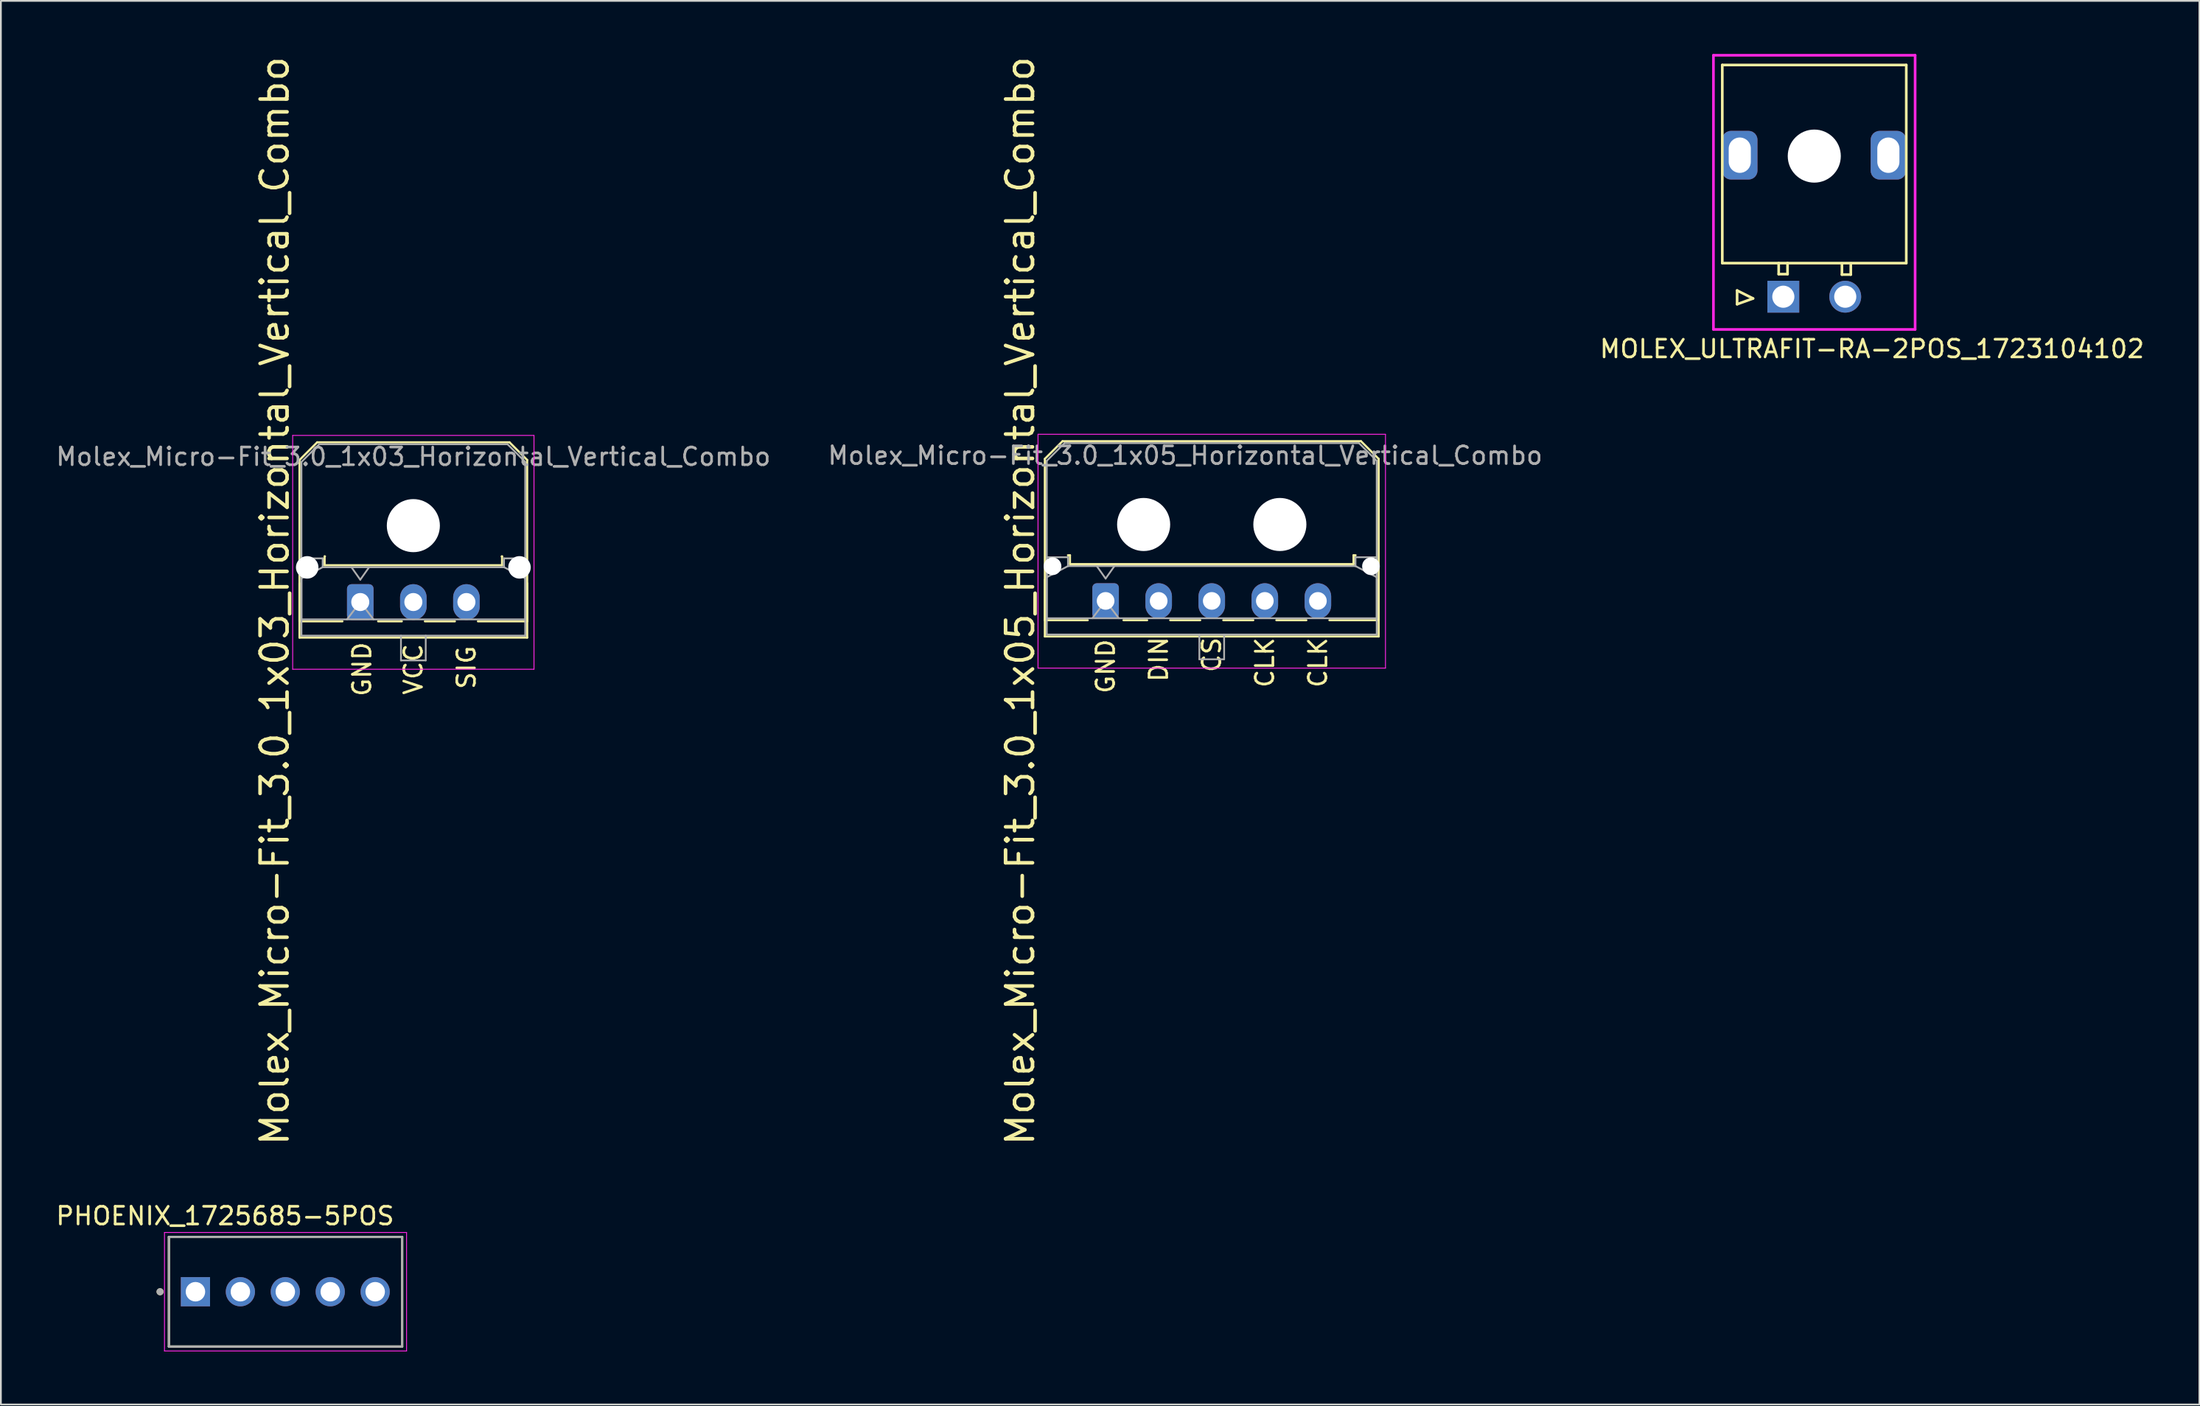
<source format=kicad_pcb>
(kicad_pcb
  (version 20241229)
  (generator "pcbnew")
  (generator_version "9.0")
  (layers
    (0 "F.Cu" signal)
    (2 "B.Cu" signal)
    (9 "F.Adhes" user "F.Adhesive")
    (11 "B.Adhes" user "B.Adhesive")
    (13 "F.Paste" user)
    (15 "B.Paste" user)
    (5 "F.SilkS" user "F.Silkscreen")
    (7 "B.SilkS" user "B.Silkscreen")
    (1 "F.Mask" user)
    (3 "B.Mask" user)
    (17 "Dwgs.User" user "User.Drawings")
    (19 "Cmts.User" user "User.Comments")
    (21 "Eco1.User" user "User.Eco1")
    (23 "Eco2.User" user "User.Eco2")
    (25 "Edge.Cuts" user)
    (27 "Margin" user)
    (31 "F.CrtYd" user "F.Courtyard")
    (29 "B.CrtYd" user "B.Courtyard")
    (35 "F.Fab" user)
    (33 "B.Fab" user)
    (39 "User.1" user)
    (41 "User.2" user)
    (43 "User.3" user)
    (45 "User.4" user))
  (footprint "PHOENIX_1725685-5POS"
    (layer "F.Cu")
    (at 7.998 69.979)
    (property "Reference" "PHOENIX_1725685-5POS" (at 1.675 -4.285 0) (layer "F.SilkS") (effects (font (size 1 1) (thickness 0.15))))
    (attr through_hole)
    (fp_line (start -1.5 -3.1) (end -1.5 3.1) (stroke (width 0.127) (type solid)) (layer "F.SilkS"))
    (fp_line (start -1.5 3.1) (end 11.684 3.1) (stroke (width 0.127) (type solid)) (layer "F.SilkS"))
    (fp_line (start 11.684 -3.1) (end -1.5 -3.1) (stroke (width 0.127) (type solid)) (layer "F.SilkS"))
    (fp_line (start 11.684 3.1) (end 11.684 -3.1) (stroke (width 0.127) (type solid)) (layer "F.SilkS"))
    (fp_circle (center -2 0) (end -1.9 0) (stroke (width 0.2) (type solid)) (fill no) (layer "F.SilkS"))
    (fp_line (start -1.75 -3.35) (end -1.75 3.35) (stroke (width 0.05) (type solid)) (layer "F.CrtYd"))
    (fp_line (start -1.75 3.35) (end 11.934 3.35) (stroke (width 0.05) (type solid)) (layer "F.CrtYd"))
    (fp_line (start 11.934 -3.35) (end -1.75 -3.35) (stroke (width 0.05) (type solid)) (layer "F.CrtYd"))
    (fp_line (start 11.934 3.35) (end 11.934 -3.35) (stroke (width 0.05) (type solid)) (layer "F.CrtYd"))
    (fp_line (start -1.5 -3.1) (end -1.5 3.1) (stroke (width 0.127) (type solid)) (layer "F.Fab"))
    (fp_line (start -1.5 3.1) (end 11.684 3.1) (stroke (width 0.127) (type solid)) (layer "F.Fab"))
    (fp_line (start 11.684 -3.1) (end -1.5 -3.1) (stroke (width 0.127) (type solid)) (layer "F.Fab"))
    (fp_line (start 11.684 3.1) (end 11.684 -3.1) (stroke (width 0.127) (type solid)) (layer "F.Fab"))
    (fp_circle (center -2 0) (end -1.9 0) (stroke (width 0.2) (type solid)) (fill no) (layer "F.Fab"))
    (pad "1" thru_hole rect (at 0 0) (size 1.65 1.65) (drill 1.1) (layers "*.Cu" "*.Mask"))
    (pad "2" thru_hole circle (at 2.54 0) (size 1.65 1.65) (drill 1.1) (layers "*.Cu" "*.Mask"))
    (pad "3" thru_hole circle (at 5.08 0) (size 1.65 1.65) (drill 1.1) (layers "*.Cu" "*.Mask"))
    (pad "4" thru_hole circle (at 7.62 0) (size 1.65 1.65) (drill 1.1) (layers "*.Cu" "*.Mask"))
    (pad "5" thru_hole circle (at 10.16 0) (size 1.65 1.65) (drill 1.1) (layers "*.Cu" "*.Mask")))
  (footprint "Molex_Micro-Fit_3.0_1x05_Horizontal_Vertical_Combo"
    (layer "F.Cu")
    (at 59.446 30.923)
    (property "Reference" "Molex_Micro-Fit_3.0_1x05_Horizontal_Vertical_Combo" (at -4.826 0 90) (layer "F.SilkS") (effects (font (size 1.524 1.524) (thickness 0.203))))
    (attr through_hole)
    (fp_line (start -3.435 -8.03) (end -2.435 -9.03) (stroke (width 0.12) (type solid)) (layer "F.SilkS"))
    (fp_line (start -3.435 -1.2) (end -3.435 2.01) (stroke (width 0.12) (type solid)) (layer "F.SilkS"))
    (fp_line (start -3.435 1.09) (end -3.435 -8.03) (stroke (width 0.12) (type solid)) (layer "F.SilkS"))
    (fp_line (start -3.435 1.09) (end -1.01 1.09) (stroke (width 0.12) (type solid)) (layer "F.SilkS"))
    (fp_line (start -3.435 2.01) (end 15.435 2.01) (stroke (width 0.12) (type solid)) (layer "F.SilkS"))
    (fp_line (start -2.435 -9.03) (end 14.435 -9.03) (stroke (width 0.12) (type solid)) (layer "F.SilkS"))
    (fp_line (start -2.13 -2.58) (end -2.015 -2.58) (stroke (width 0.12) (type solid)) (layer "F.SilkS"))
    (fp_line (start -2.015 -2.58) (end -2.015 -2.08) (stroke (width 0.12) (type solid)) (layer "F.SilkS"))
    (fp_line (start -2.015 -2.08) (end 14.015 -2.08) (stroke (width 0.12) (type solid)) (layer "F.SilkS"))
    (fp_line (start 1.01 1.09) (end 2.348 1.09) (stroke (width 0.12) (type solid)) (layer "F.SilkS"))
    (fp_line (start 3.652 1.09) (end 5.348 1.09) (stroke (width 0.12) (type solid)) (layer "F.SilkS"))
    (fp_line (start 6.652 1.09) (end 8.348 1.09) (stroke (width 0.12) (type solid)) (layer "F.SilkS"))
    (fp_line (start 9.652 1.09) (end 11.348 1.09) (stroke (width 0.12) (type solid)) (layer "F.SilkS"))
    (fp_line (start 14.015 -2.58) (end 14.13 -2.58) (stroke (width 0.12) (type solid)) (layer "F.SilkS"))
    (fp_line (start 14.015 -2.08) (end 14.015 -2.58) (stroke (width 0.12) (type solid)) (layer "F.SilkS"))
    (fp_line (start 14.435 -9.03) (end 15.435 -8.03) (stroke (width 0.12) (type solid)) (layer "F.SilkS"))
    (fp_line (start 15.435 -8.03) (end 15.435 1.09) (stroke (width 0.12) (type solid)) (layer "F.SilkS"))
    (fp_line (start 15.435 1.09) (end 12.652 1.09) (stroke (width 0.12) (type solid)) (layer "F.SilkS"))
    (fp_line (start 15.435 2.01) (end 15.435 -1.2) (stroke (width 0.12) (type solid)) (layer "F.SilkS"))
    (fp_line (start -3.82 -9.42) (end -3.82 3.8) (stroke (width 0.05) (type default)) (layer "F.CrtYd"))
    (fp_line (start -3.82 -9.42) (end 15.82 -9.42) (stroke (width 0.05) (type solid)) (layer "F.CrtYd"))
    (fp_line (start 15.82 -9.42) (end 15.82 3.8) (stroke (width 0.05) (type default)) (layer "F.CrtYd"))
    (fp_line (start 15.82 3.8) (end -3.82 3.8) (stroke (width 0.05) (type solid)) (layer "F.CrtYd"))
    (fp_line (start -3.325 -7.92) (end -2.325 -8.92) (stroke (width 0.1) (type solid)) (layer "F.Fab"))
    (fp_line (start -3.325 -2.47) (end -3.325 1.9) (stroke (width 0.1) (type solid)) (layer "F.Fab"))
    (fp_line (start -3.325 -1.34) (end -2.125 -1.97) (stroke (width 0.1) (type solid)) (layer "F.Fab"))
    (fp_line (start -3.325 0.98) (end -3.325 -7.92) (stroke (width 0.1) (type solid)) (layer "F.Fab"))
    (fp_line (start -3.325 1.9) (end 15.325 1.9) (stroke (width 0.1) (type solid)) (layer "F.Fab"))
    (fp_line (start -2.325 -8.92) (end 14.325 -8.92) (stroke (width 0.1) (type solid)) (layer "F.Fab"))
    (fp_line (start -2.125 -2.47) (end -3.325 -2.47) (stroke (width 0.1) (type solid)) (layer "F.Fab"))
    (fp_line (start -2.125 -1.97) (end -2.125 -2.47) (stroke (width 0.1) (type solid)) (layer "F.Fab"))
    (fp_line (start -0.75 0.98) (end 0 0) (stroke (width 0.1) (type solid)) (layer "F.Fab"))
    (fp_line (start -0.5 -1.97) (end 0 -1.263) (stroke (width 0.1) (type solid)) (layer "F.Fab"))
    (fp_line (start 0 -1.263) (end 0.5 -1.97) (stroke (width 0.1) (type solid)) (layer "F.Fab"))
    (fp_line (start 0 0) (end 0.75 0.98) (stroke (width 0.1) (type solid)) (layer "F.Fab"))
    (fp_line (start 5.3 1.9) (end 5.3 3.3) (stroke (width 0.1) (type solid)) (layer "F.Fab"))
    (fp_line (start 5.3 3.3) (end 6.7 3.3) (stroke (width 0.1) (type solid)) (layer "F.Fab"))
    (fp_line (start 6.7 3.3) (end 6.7 1.9) (stroke (width 0.1) (type solid)) (layer "F.Fab"))
    (fp_line (start 14.125 -2.47) (end 14.125 -1.97) (stroke (width 0.1) (type solid)) (layer "F.Fab"))
    (fp_line (start 14.125 -1.97) (end -2.125 -1.97) (stroke (width 0.1) (type solid)) (layer "F.Fab"))
    (fp_line (start 14.325 -8.92) (end 15.325 -7.92) (stroke (width 0.1) (type solid)) (layer "F.Fab"))
    (fp_line (start 15.325 -7.92) (end 15.325 0.98) (stroke (width 0.1) (type solid)) (layer "F.Fab"))
    (fp_line (start 15.325 -2.47) (end 14.125 -2.47) (stroke (width 0.1) (type solid)) (layer "F.Fab"))
    (fp_line (start 15.325 -1.34) (end 14.125 -1.97) (stroke (width 0.1) (type solid)) (layer "F.Fab"))
    (fp_line (start 15.325 0.98) (end -3.325 0.98) (stroke (width 0.1) (type solid)) (layer "F.Fab"))
    (fp_line (start 15.325 1.9) (end 15.325 -2.47) (stroke (width 0.1) (type solid)) (layer "F.Fab"))
    (fp_text user "CLK" (at 9 3.487 90) (layer "F.SilkS") (effects (font (size 1 1) (thickness 0.15))))
    (fp_text user "CLK" (at 12 3.487 90) (layer "F.SilkS") (effects (font (size 1 1) (thickness 0.15))))
    (fp_text user "CS" (at 6 3.048 90) (layer "F.SilkS") (effects (font (size 1 1) (thickness 0.15))))
    (fp_text user "GND" (at 0 3.7 90) (layer "F.SilkS") (effects (font (size 1 1) (thickness 0.15))))
    (fp_text user "DIN" (at 3 3.302 90) (layer "F.SilkS") (effects (font (size 1 1) (thickness 0.15))))
    (fp_text user "${REFERENCE}" (at 4.5 -8.22 0) (layer "F.Fab") (effects (font (size 1 1) (thickness 0.15))))
    (pad "" np_thru_hole circle (at -3 -1.96) (size 1 1) (drill 1) (layers "*.Cu" "*.Mask"))
    (pad "" np_thru_hole circle (at 2.15 -4.32) (size 3 3) (drill 3) (layers "*.Cu" "*.Mask"))
    (pad "" np_thru_hole circle (at 9.85 -4.32) (size 3 3) (drill 3) (layers "*.Cu" "*.Mask"))
    (pad "" np_thru_hole circle (at 15 -1.96) (size 1 1) (drill 1) (layers "*.Cu" "*.Mask"))
    (pad "1" thru_hole roundrect (at 0 0) (size 1.5 2) (drill 1) (layers "*.Cu" "*.Mask") (roundrect_rratio 0.167))
    (pad "2" thru_hole oval (at 3 0) (size 1.5 2) (drill 1) (layers "*.Cu" "*.Mask"))
    (pad "3" thru_hole oval (at 6 0) (size 1.5 2) (drill 1) (layers "*.Cu" "*.Mask"))
    (pad "4" thru_hole oval (at 9 0) (size 1.5 2) (drill 1) (layers "*.Cu" "*.Mask"))
    (pad "5" thru_hole oval (at 12 0) (size 1.5 2) (drill 1) (layers "*.Cu" "*.Mask")))
  (footprint "MOLEX_ULTRAFIT-RA-2POS_1723104102"
    (layer "F.Cu")
    (at 99.293 18.374)
    (property "Reference" "MOLEX_ULTRAFIT-RA-2POS_1723104102" (at 3.475 -1.7 0) (layer "F.SilkS") (effects (font (size 1 1) (thickness 0.15))))
    (attr through_hole)
    (fp_line (start -4.988 -17.749) (end 5.412 -17.749) (stroke (width 0.15) (type solid)) (layer "F.SilkS"))
    (fp_line (start -4.988 -6.549) (end -4.988 -17.749) (stroke (width 0.15) (type solid)) (layer "F.SilkS"))
    (fp_line (start -4.15 -5) (end -4.15 -4.225) (stroke (width 0.15) (type solid)) (layer "F.SilkS"))
    (fp_line (start -4.15 -4.225) (end -3.25 -4.55) (stroke (width 0.15) (type solid)) (layer "F.SilkS"))
    (fp_line (start -3.25 -4.55) (end -4.15 -5) (stroke (width 0.15) (type solid)) (layer "F.SilkS"))
    (fp_line (start -1.8 -6.55) (end -1.8 -5.925) (stroke (width 0.15) (type solid)) (layer "F.SilkS"))
    (fp_line (start -1.8 -5.925) (end -1.3 -5.925) (stroke (width 0.15) (type solid)) (layer "F.SilkS"))
    (fp_line (start -1.3 -5.925) (end -1.3 -6.55) (stroke (width 0.15) (type solid)) (layer "F.SilkS"))
    (fp_line (start 1.775 -6.525) (end 1.775 -5.9) (stroke (width 0.15) (type solid)) (layer "F.SilkS"))
    (fp_line (start 1.775 -5.9) (end 2.275 -5.9) (stroke (width 0.15) (type solid)) (layer "F.SilkS"))
    (fp_line (start 2.275 -5.9) (end 2.275 -6.525) (stroke (width 0.15) (type solid)) (layer "F.SilkS"))
    (fp_line (start 5.412 -17.749) (end 5.412 -6.549) (stroke (width 0.15) (type solid)) (layer "F.SilkS"))
    (fp_line (start 5.412 -6.549) (end -4.988 -6.549) (stroke (width 0.15) (type solid)) (layer "F.SilkS"))
    (fp_line (start -5.488 -18.299) (end -5.488 -2.799) (stroke (width 0.15) (type solid)) (layer "F.CrtYd"))
    (fp_line (start -5.488 -2.799) (end 5.912 -2.799) (stroke (width 0.15) (type solid)) (layer "F.CrtYd"))
    (fp_line (start 5.912 -18.299) (end -5.488 -18.299) (stroke (width 0.15) (type solid)) (layer "F.CrtYd"))
    (fp_line (start 5.912 -2.799) (end 5.912 -18.299) (stroke (width 0.15) (type solid)) (layer "F.CrtYd"))
    (pad "" np_thru_hole circle (at 0.212 -12.599 180) (size 3 3) (drill 3) (layers "*.Cu" "*.Mask"))
    (pad "1" thru_hole rect (at -1.538 -4.649 180) (size 1.8 1.8) (drill 1.25) (layers "*.Cu" "*.Mask"))
    (pad "2" thru_hole circle (at 1.962 -4.649 180) (size 1.8 1.8) (drill 1.25) (layers "*.Cu" "*.Mask"))
    (pad "3" thru_hole roundrect (at 4.4 -12.649 270) (size 2.75 2) (drill oval 2 1.25) (layers "*.Cu" "*.Mask") (roundrect_rratio 0.25))
    (pad "4" thru_hole roundrect (at -4 -12.65 270) (size 2.75 2) (drill oval 2 1.25) (layers "*.Cu" "*.Mask") (roundrect_rratio 0.25)))
  (footprint "Molex_Micro-Fit_3.0_1x03_Horizontal_Vertical_Combo"
    (layer "F.Cu")
    (at 17.307 30.923)
    (property "Reference" "Molex_Micro-Fit_3.0_1x03_Horizontal_Vertical_Combo" (at -4.826 0 90) (layer "F.SilkS") (effects (font (size 1.524 1.524) (thickness 0.203))))
    (attr through_hole)
    (fp_line (start -3.427 -7.966) (end -2.427 -8.966) (stroke (width 0.12) (type solid)) (layer "F.SilkS"))
    (fp_line (start -3.427 -1.001) (end -3.427 2.074) (stroke (width 0.12) (type solid)) (layer "F.SilkS"))
    (fp_line (start -3.427 1.154) (end -3.427 -7.966) (stroke (width 0.12) (type solid)) (layer "F.SilkS"))
    (fp_line (start -3.427 1.154) (end -1.002 1.154) (stroke (width 0.12) (type solid)) (layer "F.SilkS"))
    (fp_line (start -3.427 2.074) (end 9.443 2.074) (stroke (width 0.12) (type solid)) (layer "F.SilkS"))
    (fp_line (start -2.427 -8.966) (end 8.443 -8.966) (stroke (width 0.12) (type solid)) (layer "F.SilkS"))
    (fp_line (start -2.007 -2.516) (end -2.007 -2.016) (stroke (width 0.12) (type solid)) (layer "F.SilkS"))
    (fp_line (start -2.007 -2.016) (end 8.023 -2.016) (stroke (width 0.12) (type solid)) (layer "F.SilkS"))
    (fp_line (start -1.987 -2.516) (end -2.007 -2.516) (stroke (width 0.12) (type solid)) (layer "F.SilkS"))
    (fp_line (start 1.018 1.154) (end 2.356 1.154) (stroke (width 0.12) (type solid)) (layer "F.SilkS"))
    (fp_line (start 3.66 1.154) (end 5.356 1.154) (stroke (width 0.12) (type solid)) (layer "F.SilkS"))
    (fp_line (start 8.023 -2.516) (end 8.003 -2.516) (stroke (width 0.12) (type solid)) (layer "F.SilkS"))
    (fp_line (start 8.023 -2.016) (end 8.023 -2.516) (stroke (width 0.12) (type solid)) (layer "F.SilkS"))
    (fp_line (start 8.443 -8.966) (end 9.443 -7.966) (stroke (width 0.12) (type solid)) (layer "F.SilkS"))
    (fp_line (start 9.443 -7.966) (end 9.443 1.154) (stroke (width 0.12) (type solid)) (layer "F.SilkS"))
    (fp_line (start 9.443 1.154) (end 6.66 1.154) (stroke (width 0.12) (type solid)) (layer "F.SilkS"))
    (fp_line (start 9.443 2.074) (end 9.443 -1.001) (stroke (width 0.12) (type solid)) (layer "F.SilkS"))
    (fp_line (start -3.812 -9.356) (end 9.828 -9.356) (stroke (width 0.05) (type solid)) (layer "F.CrtYd"))
    (fp_line (start -3.812 3.864) (end -3.812 -9.356) (stroke (width 0.05) (type solid)) (layer "F.CrtYd"))
    (fp_line (start 9.828 -9.356) (end 9.828 3.864) (stroke (width 0.05) (type solid)) (layer "F.CrtYd"))
    (fp_line (start 9.828 3.864) (end -3.812 3.864) (stroke (width 0.05) (type solid)) (layer "F.CrtYd"))
    (fp_line (start -3.317 -7.856) (end -2.317 -8.856) (stroke (width 0.1) (type solid)) (layer "F.Fab"))
    (fp_line (start -3.317 -2.406) (end -3.317 1.964) (stroke (width 0.1) (type solid)) (layer "F.Fab"))
    (fp_line (start -3.317 -1.276) (end -2.117 -1.906) (stroke (width 0.1) (type solid)) (layer "F.Fab"))
    (fp_line (start -3.317 1.044) (end -3.317 -7.856) (stroke (width 0.1) (type solid)) (layer "F.Fab"))
    (fp_line (start -3.317 1.964) (end 9.333 1.964) (stroke (width 0.1) (type solid)) (layer "F.Fab"))
    (fp_line (start -2.317 -8.856) (end 8.333 -8.856) (stroke (width 0.1) (type solid)) (layer "F.Fab"))
    (fp_line (start -2.117 -2.406) (end -3.317 -2.406) (stroke (width 0.1) (type solid)) (layer "F.Fab"))
    (fp_line (start -2.117 -1.906) (end -2.117 -2.406) (stroke (width 0.1) (type solid)) (layer "F.Fab"))
    (fp_line (start -0.742 1.044) (end 0.008 0.064) (stroke (width 0.1) (type solid)) (layer "F.Fab"))
    (fp_line (start -0.492 -1.906) (end 0.008 -1.199) (stroke (width 0.1) (type solid)) (layer "F.Fab"))
    (fp_line (start 0.008 -1.199) (end 0.508 -1.906) (stroke (width 0.1) (type solid)) (layer "F.Fab"))
    (fp_line (start 0.008 0.064) (end 0.758 1.044) (stroke (width 0.1) (type solid)) (layer "F.Fab"))
    (fp_line (start 2.308 1.964) (end 2.308 3.364) (stroke (width 0.1) (type solid)) (layer "F.Fab"))
    (fp_line (start 2.308 3.364) (end 3.708 3.364) (stroke (width 0.1) (type solid)) (layer "F.Fab"))
    (fp_line (start 3.708 3.364) (end 3.708 1.964) (stroke (width 0.1) (type solid)) (layer "F.Fab"))
    (fp_line (start 8.133 -2.406) (end 8.133 -1.906) (stroke (width 0.1) (type solid)) (layer "F.Fab"))
    (fp_line (start 8.133 -1.906) (end -2.117 -1.906) (stroke (width 0.1) (type solid)) (layer "F.Fab"))
    (fp_line (start 8.333 -8.856) (end 9.333 -7.856) (stroke (width 0.1) (type solid)) (layer "F.Fab"))
    (fp_line (start 9.333 -7.856) (end 9.333 1.044) (stroke (width 0.1) (type solid)) (layer "F.Fab"))
    (fp_line (start 9.333 -2.406) (end 8.133 -2.406) (stroke (width 0.1) (type solid)) (layer "F.Fab"))
    (fp_line (start 9.333 -1.276) (end 8.133 -1.906) (stroke (width 0.1) (type solid)) (layer "F.Fab"))
    (fp_line (start 9.333 1.044) (end -3.317 1.044) (stroke (width 0.1) (type solid)) (layer "F.Fab"))
    (fp_line (start 9.333 1.964) (end 9.333 -2.406) (stroke (width 0.1) (type solid)) (layer "F.Fab"))
    (fp_text user "SIG" (at 6.008 3.764 90) (layer "F.SilkS") (effects (font (size 1 1) (thickness 0.15))))
    (fp_text user "VCC" (at 3.008 3.864 90) (layer "F.SilkS") (effects (font (size 1 1) (thickness 0.15))))
    (fp_text user "GND" (at 0.108 3.864 90) (layer "F.SilkS") (effects (font (size 1 1) (thickness 0.15))))
    (fp_text user "${REFERENCE}" (at 3.008 -8.156 0) (layer "F.Fab") (effects (font (size 1 1) (thickness 0.15))))
    (pad "" np_thru_hole circle (at -2.992 -1.896) (size 1.27 1.27) (drill 1.27) (layers "*.Cu" "*.Mask"))
    (pad "" np_thru_hole circle (at 3.008 -4.256) (size 3 3) (drill 3) (layers "*.Cu" "*.Mask"))
    (pad "" np_thru_hole circle (at 9.008 -1.896) (size 1.27 1.27) (drill 1.27) (layers "*.Cu" "*.Mask"))
    (pad "1" thru_hole roundrect (at 0.008 0.064) (size 1.5 2.02) (drill 1.02) (layers "*.Cu" "*.Mask") (roundrect_rratio 0.167))
    (pad "2" thru_hole oval (at 3.008 0.064) (size 1.5 2.02) (drill 1.02) (layers "*.Cu" "*.Mask"))
    (pad "3" thru_hole oval (at 6.008 0.064) (size 1.5 2.02) (drill 1.02) (layers "*.Cu" "*.Mask")))
  (gr_rect
    (start -3 -3)
    (end 121.274 76.354)
    (stroke (width 0.1) (type default))
    (fill no)
    (layer "Edge.Cuts")))
</source>
